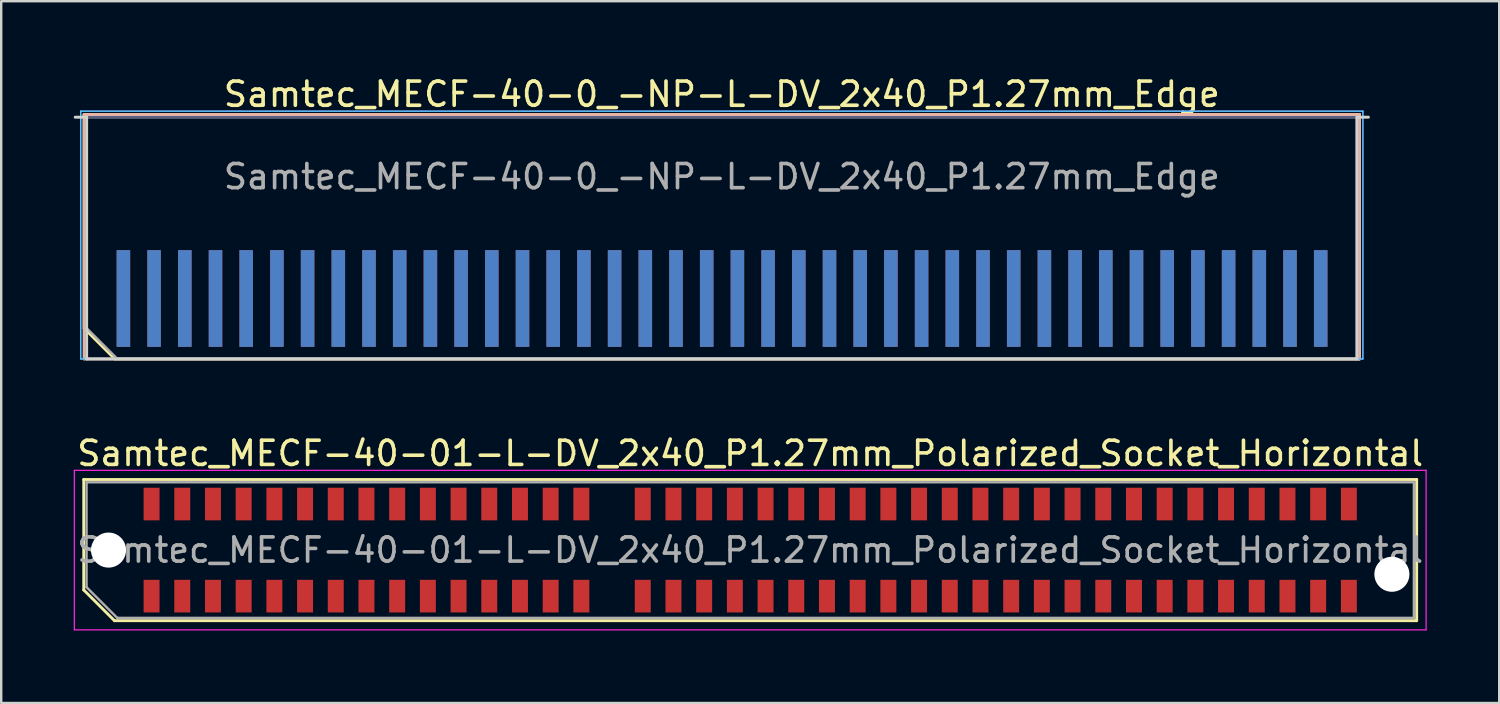
<source format=kicad_pcb>
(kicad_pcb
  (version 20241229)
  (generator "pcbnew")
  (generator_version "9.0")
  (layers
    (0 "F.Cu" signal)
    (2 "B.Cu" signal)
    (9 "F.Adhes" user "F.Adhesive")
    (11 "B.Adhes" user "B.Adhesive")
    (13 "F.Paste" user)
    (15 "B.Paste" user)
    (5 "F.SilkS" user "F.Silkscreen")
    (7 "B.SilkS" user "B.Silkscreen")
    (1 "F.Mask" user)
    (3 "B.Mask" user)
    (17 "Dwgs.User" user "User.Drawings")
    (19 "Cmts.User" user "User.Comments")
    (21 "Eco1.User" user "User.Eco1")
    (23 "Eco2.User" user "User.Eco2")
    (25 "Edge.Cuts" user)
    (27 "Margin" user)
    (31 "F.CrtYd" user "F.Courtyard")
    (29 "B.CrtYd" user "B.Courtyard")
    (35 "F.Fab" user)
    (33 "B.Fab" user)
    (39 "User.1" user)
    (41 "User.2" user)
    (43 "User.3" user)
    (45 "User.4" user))
  (footprint "Samtec_MECF-40-0_-NP-L-DV_2x40_P1.27mm_Edge"
    (layer "F.Cu")
    (at 26.81 6.798)
    (property "Reference" "Samtec_MECF-40-0_-NP-L-DV_2x40_P1.27mm_Edge" (at 0 -5.95 0) (layer "F.SilkS") (effects (font (size 1 1) (thickness 0.15))))
    (attr exclude_from_pos_files exclude_from_bom)
    (fp_line (start -26.38 -5.11) (end 26.38 -5.11) (stroke (width 0.12) (type solid)) (layer "F.SilkS"))
    (fp_line (start -26.38 3.73) (end -26.38 -5.11) (stroke (width 0.12) (type solid)) (layer "F.SilkS"))
    (fp_line (start -25.11 5) (end -26.38 3.73) (stroke (width 0.12) (type solid)) (layer "F.SilkS"))
    (fp_line (start -25.11 5) (end 26.38 5) (stroke (width 0.12) (type solid)) (layer "F.SilkS"))
    (fp_line (start 26.38 5) (end 26.38 -5.11) (stroke (width 0.12) (type solid)) (layer "F.SilkS"))
    (fp_line (start -26.38 -5.11) (end 26.38 -5.11) (stroke (width 0.12) (type solid)) (layer "B.SilkS"))
    (fp_line (start -26.38 5) (end -26.38 -5.11) (stroke (width 0.12) (type solid)) (layer "B.SilkS"))
    (fp_line (start -26.38 5) (end 26.38 5) (stroke (width 0.12) (type solid)) (layer "B.SilkS"))
    (fp_line (start 26.38 5) (end 26.38 -5.11) (stroke (width 0.12) (type solid)) (layer "B.SilkS"))
    (fp_line (start -26.75 -5) (end -26.275 -5) (stroke (width 0.12) (type solid)) (layer "Edge.Cuts"))
    (fp_line (start -26.275 5) (end -26.275 -5) (stroke (width 0.12) (type solid)) (layer "Edge.Cuts"))
    (fp_line (start -26.275 5) (end 26.275 5) (stroke (width 0.12) (type solid)) (layer "Edge.Cuts"))
    (fp_line (start 26.275 5) (end 26.275 -5) (stroke (width 0.12) (type solid)) (layer "Edge.Cuts"))
    (fp_line (start 26.75 -5) (end 26.275 -5) (stroke (width 0.12) (type solid)) (layer "Edge.Cuts"))
    (fp_line (start -26.52 -5.25) (end -26.52 5) (stroke (width 0.05) (type solid)) (layer "B.CrtYd"))
    (fp_line (start -26.52 5) (end 26.52 5) (stroke (width 0.05) (type solid)) (layer "B.CrtYd"))
    (fp_line (start 26.52 -5.25) (end -26.52 -5.25) (stroke (width 0.05) (type solid)) (layer "B.CrtYd"))
    (fp_line (start 26.52 5) (end 26.52 -5.25) (stroke (width 0.05) (type solid)) (layer "B.CrtYd"))
    (fp_line (start -26.52 -5.25) (end -26.52 5) (stroke (width 0.05) (type solid)) (layer "F.CrtYd"))
    (fp_line (start -26.52 5) (end 26.52 5) (stroke (width 0.05) (type solid)) (layer "F.CrtYd"))
    (fp_line (start 26.52 -5.25) (end -26.52 -5.25) (stroke (width 0.05) (type solid)) (layer "F.CrtYd"))
    (fp_line (start 26.52 5) (end 26.52 -5.25) (stroke (width 0.05) (type solid)) (layer "F.CrtYd"))
    (fp_line (start -26.275 -5) (end 26.275 -5) (stroke (width 0.1) (type solid)) (layer "B.Fab"))
    (fp_line (start -26.275 5) (end -26.275 -5) (stroke (width 0.1) (type solid)) (layer "B.Fab"))
    (fp_line (start -26.275 5) (end 26.275 5) (stroke (width 0.1) (type solid)) (layer "B.Fab"))
    (fp_line (start 26.275 5) (end 26.275 -5) (stroke (width 0.1) (type solid)) (layer "B.Fab"))
    (fp_line (start -26.275 -5) (end 26.275 -5) (stroke (width 0.1) (type solid)) (layer "F.Fab"))
    (fp_line (start -26.275 3.73) (end -26.275 -5) (stroke (width 0.1) (type solid)) (layer "F.Fab"))
    (fp_line (start -26.275 3.73) (end -25.005 5) (stroke (width 0.1) (type solid)) (layer "F.Fab"))
    (fp_line (start -25.005 5) (end 26.275 5) (stroke (width 0.1) (type solid)) (layer "F.Fab"))
    (fp_line (start 26.275 5) (end 26.275 -5) (stroke (width 0.1) (type solid)) (layer "F.Fab"))
    (fp_text user "${REFERENCE}" (at 0 -2.54 0) (layer "F.Fab") (effects (font (size 1 1) (thickness 0.15))))
    (pad "1" connect rect (at -24.755 2.5) (size 0.56 4) (layers "F.Cu" "F.Mask"))
    (pad "2" connect rect (at -24.755 2.5) (size 0.56 4) (layers "B.Cu" "B.Mask"))
    (pad "3" connect rect (at -23.485 2.5) (size 0.56 4) (layers "F.Cu" "F.Mask"))
    (pad "4" connect rect (at -23.485 2.5) (size 0.56 4) (layers "B.Cu" "B.Mask"))
    (pad "5" connect rect (at -22.215 2.5) (size 0.56 4) (layers "F.Cu" "F.Mask"))
    (pad "6" connect rect (at -22.215 2.5) (size 0.56 4) (layers "B.Cu" "B.Mask"))
    (pad "7" connect rect (at -20.945 2.5) (size 0.56 4) (layers "F.Cu" "F.Mask"))
    (pad "8" connect rect (at -20.945 2.5) (size 0.56 4) (layers "B.Cu" "B.Mask"))
    (pad "9" connect rect (at -19.675 2.5) (size 0.56 4) (layers "F.Cu" "F.Mask"))
    (pad "10" connect rect (at -19.675 2.5) (size 0.56 4) (layers "B.Cu" "B.Mask"))
    (pad "11" connect rect (at -18.405 2.5) (size 0.56 4) (layers "F.Cu" "F.Mask"))
    (pad "12" connect rect (at -18.405 2.5) (size 0.56 4) (layers "B.Cu" "B.Mask"))
    (pad "13" connect rect (at -17.135 2.5) (size 0.56 4) (layers "F.Cu" "F.Mask"))
    (pad "14" connect rect (at -17.135 2.5) (size 0.56 4) (layers "B.Cu" "B.Mask"))
    (pad "15" connect rect (at -15.865 2.5) (size 0.56 4) (layers "F.Cu" "F.Mask"))
    (pad "16" connect rect (at -15.865 2.5) (size 0.56 4) (layers "B.Cu" "B.Mask"))
    (pad "17" connect rect (at -14.595 2.5) (size 0.56 4) (layers "F.Cu" "F.Mask"))
    (pad "18" connect rect (at -14.595 2.5) (size 0.56 4) (layers "B.Cu" "B.Mask"))
    (pad "19" connect rect (at -13.325 2.5) (size 0.56 4) (layers "F.Cu" "F.Mask"))
    (pad "20" connect rect (at -13.325 2.5) (size 0.56 4) (layers "B.Cu" "B.Mask"))
    (pad "21" connect rect (at -12.055 2.5) (size 0.56 4) (layers "F.Cu" "F.Mask"))
    (pad "22" connect rect (at -12.055 2.5) (size 0.56 4) (layers "B.Cu" "B.Mask"))
    (pad "23" connect rect (at -10.785 2.5) (size 0.56 4) (layers "F.Cu" "F.Mask"))
    (pad "24" connect rect (at -10.785 2.5) (size 0.56 4) (layers "B.Cu" "B.Mask"))
    (pad "25" connect rect (at -9.515 2.5) (size 0.56 4) (layers "F.Cu" "F.Mask"))
    (pad "26" connect rect (at -9.515 2.5) (size 0.56 4) (layers "B.Cu" "B.Mask"))
    (pad "27" connect rect (at -8.245 2.5) (size 0.56 4) (layers "F.Cu" "F.Mask"))
    (pad "28" connect rect (at -8.245 2.5) (size 0.56 4) (layers "B.Cu" "B.Mask"))
    (pad "29" connect rect (at -6.975 2.5) (size 0.56 4) (layers "F.Cu" "F.Mask"))
    (pad "30" connect rect (at -6.975 2.5) (size 0.56 4) (layers "B.Cu" "B.Mask"))
    (pad "31" connect rect (at -5.705 2.5) (size 0.56 4) (layers "F.Cu" "F.Mask"))
    (pad "32" connect rect (at -5.705 2.5) (size 0.56 4) (layers "B.Cu" "B.Mask"))
    (pad "33" connect rect (at -4.435 2.5) (size 0.56 4) (layers "F.Cu" "F.Mask"))
    (pad "34" connect rect (at -4.435 2.5) (size 0.56 4) (layers "B.Cu" "B.Mask"))
    (pad "35" connect rect (at -3.165 2.5) (size 0.56 4) (layers "F.Cu" "F.Mask"))
    (pad "36" connect rect (at -3.165 2.5) (size 0.56 4) (layers "B.Cu" "B.Mask"))
    (pad "37" connect rect (at -1.895 2.5) (size 0.56 4) (layers "F.Cu" "F.Mask"))
    (pad "38" connect rect (at -1.895 2.5) (size 0.56 4) (layers "B.Cu" "B.Mask"))
    (pad "39" connect rect (at -0.625 2.5) (size 0.56 4) (layers "F.Cu" "F.Mask"))
    (pad "40" connect rect (at -0.625 2.5) (size 0.56 4) (layers "B.Cu" "B.Mask"))
    (pad "41" connect rect (at 0.645 2.5) (size 0.56 4) (layers "F.Cu" "F.Mask"))
    (pad "42" connect rect (at 0.645 2.5) (size 0.56 4) (layers "B.Cu" "B.Mask"))
    (pad "43" connect rect (at 1.915 2.5) (size 0.56 4) (layers "F.Cu" "F.Mask"))
    (pad "44" connect rect (at 1.915 2.5) (size 0.56 4) (layers "B.Cu" "B.Mask"))
    (pad "45" connect rect (at 3.185 2.5) (size 0.56 4) (layers "F.Cu" "F.Mask"))
    (pad "46" connect rect (at 3.185 2.5) (size 0.56 4) (layers "B.Cu" "B.Mask"))
    (pad "47" connect rect (at 4.455 2.5) (size 0.56 4) (layers "F.Cu" "F.Mask"))
    (pad "48" connect rect (at 4.455 2.5) (size 0.56 4) (layers "B.Cu" "B.Mask"))
    (pad "49" connect rect (at 5.725 2.5) (size 0.56 4) (layers "F.Cu" "F.Mask"))
    (pad "50" connect rect (at 5.725 2.5) (size 0.56 4) (layers "B.Cu" "B.Mask"))
    (pad "51" connect rect (at 6.995 2.5) (size 0.56 4) (layers "F.Cu" "F.Mask"))
    (pad "52" connect rect (at 6.995 2.5) (size 0.56 4) (layers "B.Cu" "B.Mask"))
    (pad "53" connect rect (at 8.265 2.5) (size 0.56 4) (layers "F.Cu" "F.Mask"))
    (pad "54" connect rect (at 8.265 2.5) (size 0.56 4) (layers "B.Cu" "B.Mask"))
    (pad "55" connect rect (at 9.535 2.5) (size 0.56 4) (layers "F.Cu" "F.Mask"))
    (pad "56" connect rect (at 9.535 2.5) (size 0.56 4) (layers "B.Cu" "B.Mask"))
    (pad "57" connect rect (at 10.805 2.5) (size 0.56 4) (layers "F.Cu" "F.Mask"))
    (pad "58" connect rect (at 10.805 2.5) (size 0.56 4) (layers "B.Cu" "B.Mask"))
    (pad "59" connect rect (at 12.075 2.5) (size 0.56 4) (layers "F.Cu" "F.Mask"))
    (pad "60" connect rect (at 12.075 2.5) (size 0.56 4) (layers "B.Cu" "B.Mask"))
    (pad "61" connect rect (at 13.345 2.5) (size 0.56 4) (layers "F.Cu" "F.Mask"))
    (pad "62" connect rect (at 13.345 2.5) (size 0.56 4) (layers "B.Cu" "B.Mask"))
    (pad "63" connect rect (at 14.615 2.5) (size 0.56 4) (layers "F.Cu" "F.Mask"))
    (pad "64" connect rect (at 14.615 2.5) (size 0.56 4) (layers "B.Cu" "B.Mask"))
    (pad "65" connect rect (at 15.885 2.5) (size 0.56 4) (layers "F.Cu" "F.Mask"))
    (pad "66" connect rect (at 15.885 2.5) (size 0.56 4) (layers "B.Cu" "B.Mask"))
    (pad "67" connect rect (at 17.155 2.5) (size 0.56 4) (layers "F.Cu" "F.Mask"))
    (pad "68" connect rect (at 17.155 2.5) (size 0.56 4) (layers "B.Cu" "B.Mask"))
    (pad "69" connect rect (at 18.425 2.5) (size 0.56 4) (layers "F.Cu" "F.Mask"))
    (pad "70" connect rect (at 18.425 2.5) (size 0.56 4) (layers "B.Cu" "B.Mask"))
    (pad "71" connect rect (at 19.695 2.5) (size 0.56 4) (layers "F.Cu" "F.Mask"))
    (pad "72" connect rect (at 19.695 2.5) (size 0.56 4) (layers "B.Cu" "B.Mask"))
    (pad "73" connect rect (at 20.965 2.5) (size 0.56 4) (layers "F.Cu" "F.Mask"))
    (pad "74" connect rect (at 20.965 2.5) (size 0.56 4) (layers "B.Cu" "B.Mask"))
    (pad "75" connect rect (at 22.235 2.5) (size 0.56 4) (layers "F.Cu" "F.Mask"))
    (pad "76" connect rect (at 22.235 2.5) (size 0.56 4) (layers "B.Cu" "B.Mask"))
    (pad "77" connect rect (at 23.505 2.5) (size 0.56 4) (layers "F.Cu" "F.Mask"))
    (pad "78" connect rect (at 23.505 2.5) (size 0.56 4) (layers "B.Cu" "B.Mask"))
    (pad "79" connect rect (at 24.775 2.5) (size 0.56 4) (layers "F.Cu" "F.Mask"))
    (pad "80" connect rect (at 24.775 2.5) (size 0.56 4) (layers "B.Cu" "B.Mask")))
  (footprint "Samtec_MECF-40-01-L-DV_2x40_P1.27mm_Polarized_Socket_Horizontal"
    (layer "F.Cu")
    (at 27.985 19.706)
    (property "Reference" "Samtec_MECF-40-01-L-DV_2x40_P1.27mm_Polarized_Socket_Horizontal" (at 0 -4 0) (layer "F.SilkS") (effects (font (size 1 1) (thickness 0.15))))
    (attr smd)
    (fp_line (start -27.57 -2.92) (end 27.57 -2.92) (stroke (width 0.12) (type solid)) (layer "F.SilkS"))
    (fp_line (start -27.57 1.65) (end -27.57 -2.92) (stroke (width 0.12) (type solid)) (layer "F.SilkS"))
    (fp_line (start -26.3 2.92) (end -27.57 1.65) (stroke (width 0.12) (type solid)) (layer "F.SilkS"))
    (fp_line (start -26.3 2.92) (end 27.57 2.92) (stroke (width 0.12) (type solid)) (layer "F.SilkS"))
    (fp_line (start 27.57 2.92) (end 27.57 -2.92) (stroke (width 0.12) (type solid)) (layer "F.SilkS"))
    (fp_line (start -27.96 -3.3) (end -27.96 3.3) (stroke (width 0.05) (type solid)) (layer "F.CrtYd"))
    (fp_line (start -27.96 3.3) (end 27.96 3.3) (stroke (width 0.05) (type solid)) (layer "F.CrtYd"))
    (fp_line (start 27.96 -3.3) (end -27.96 -3.3) (stroke (width 0.05) (type solid)) (layer "F.CrtYd"))
    (fp_line (start 27.96 3.3) (end 27.96 -3.3) (stroke (width 0.05) (type solid)) (layer "F.CrtYd"))
    (fp_line (start -27.455 -2.805) (end 27.455 -2.805) (stroke (width 0.1) (type solid)) (layer "F.Fab"))
    (fp_line (start -27.455 1.535) (end -27.455 -2.805) (stroke (width 0.1) (type solid)) (layer "F.Fab"))
    (fp_line (start -27.455 1.535) (end -26.185 2.805) (stroke (width 0.1) (type solid)) (layer "F.Fab"))
    (fp_line (start -26.185 2.805) (end 27.455 2.805) (stroke (width 0.1) (type solid)) (layer "F.Fab"))
    (fp_line (start 27.455 2.805) (end 27.455 -2.805) (stroke (width 0.1) (type solid)) (layer "F.Fab"))
    (fp_text user "${REFERENCE}" (at 0 0 0) (layer "F.Fab") (effects (font (size 1 1) (thickness 0.15))))
    (pad "" np_thru_hole circle (at -26.545 0) (size 1.45 1.45) (drill 1.45) (layers "*.Cu" "*.Mask"))
    (pad "" np_thru_hole circle (at 26.545 1) (size 1.45 1.45) (drill 1.45) (layers "*.Cu" "*.Mask"))
    (pad "1" smd rect (at -24.765 1.905) (size 0.66 1.35) (layers "F.Cu" "F.Mask" "F.Paste"))
    (pad "2" smd rect (at -24.765 -1.905) (size 0.66 1.35) (layers "F.Cu" "F.Mask" "F.Paste"))
    (pad "3" smd rect (at -23.495 1.905) (size 0.66 1.35) (layers "F.Cu" "F.Mask" "F.Paste"))
    (pad "4" smd rect (at -23.495 -1.905) (size 0.66 1.35) (layers "F.Cu" "F.Mask" "F.Paste"))
    (pad "5" smd rect (at -22.225 1.905) (size 0.66 1.35) (layers "F.Cu" "F.Mask" "F.Paste"))
    (pad "6" smd rect (at -22.225 -1.905) (size 0.66 1.35) (layers "F.Cu" "F.Mask" "F.Paste"))
    (pad "7" smd rect (at -20.955 1.905) (size 0.66 1.35) (layers "F.Cu" "F.Mask" "F.Paste"))
    (pad "8" smd rect (at -20.955 -1.905) (size 0.66 1.35) (layers "F.Cu" "F.Mask" "F.Paste"))
    (pad "9" smd rect (at -19.685 1.905) (size 0.66 1.35) (layers "F.Cu" "F.Mask" "F.Paste"))
    (pad "10" smd rect (at -19.685 -1.905) (size 0.66 1.35) (layers "F.Cu" "F.Mask" "F.Paste"))
    (pad "11" smd rect (at -18.415 1.905) (size 0.66 1.35) (layers "F.Cu" "F.Mask" "F.Paste"))
    (pad "12" smd rect (at -18.415 -1.905) (size 0.66 1.35) (layers "F.Cu" "F.Mask" "F.Paste"))
    (pad "13" smd rect (at -17.145 1.905) (size 0.66 1.35) (layers "F.Cu" "F.Mask" "F.Paste"))
    (pad "14" smd rect (at -17.145 -1.905) (size 0.66 1.35) (layers "F.Cu" "F.Mask" "F.Paste"))
    (pad "15" smd rect (at -15.875 1.905) (size 0.66 1.35) (layers "F.Cu" "F.Mask" "F.Paste"))
    (pad "16" smd rect (at -15.875 -1.905) (size 0.66 1.35) (layers "F.Cu" "F.Mask" "F.Paste"))
    (pad "17" smd rect (at -14.605 1.905) (size 0.66 1.35) (layers "F.Cu" "F.Mask" "F.Paste"))
    (pad "18" smd rect (at -14.605 -1.905) (size 0.66 1.35) (layers "F.Cu" "F.Mask" "F.Paste"))
    (pad "19" smd rect (at -13.335 1.905) (size 0.66 1.35) (layers "F.Cu" "F.Mask" "F.Paste"))
    (pad "20" smd rect (at -13.335 -1.905) (size 0.66 1.35) (layers "F.Cu" "F.Mask" "F.Paste"))
    (pad "21" smd rect (at -12.065 1.905) (size 0.66 1.35) (layers "F.Cu" "F.Mask" "F.Paste"))
    (pad "22" smd rect (at -12.065 -1.905) (size 0.66 1.35) (layers "F.Cu" "F.Mask" "F.Paste"))
    (pad "23" smd rect (at -10.795 1.905) (size 0.66 1.35) (layers "F.Cu" "F.Mask" "F.Paste"))
    (pad "24" smd rect (at -10.795 -1.905) (size 0.66 1.35) (layers "F.Cu" "F.Mask" "F.Paste"))
    (pad "25" smd rect (at -9.525 1.905) (size 0.66 1.35) (layers "F.Cu" "F.Mask" "F.Paste"))
    (pad "26" smd rect (at -9.525 -1.905) (size 0.66 1.35) (layers "F.Cu" "F.Mask" "F.Paste"))
    (pad "27" smd rect (at -8.255 1.905) (size 0.66 1.35) (layers "F.Cu" "F.Mask" "F.Paste"))
    (pad "28" smd rect (at -8.255 -1.905) (size 0.66 1.35) (layers "F.Cu" "F.Mask" "F.Paste"))
    (pad "29" smd rect (at -6.985 1.905) (size 0.66 1.35) (layers "F.Cu" "F.Mask" "F.Paste"))
    (pad "30" smd rect (at -6.985 -1.905) (size 0.66 1.35) (layers "F.Cu" "F.Mask" "F.Paste"))
    (pad "33" smd rect (at -4.445 1.905) (size 0.66 1.35) (layers "F.Cu" "F.Mask" "F.Paste"))
    (pad "34" smd rect (at -4.445 -1.905) (size 0.66 1.35) (layers "F.Cu" "F.Mask" "F.Paste"))
    (pad "35" smd rect (at -3.175 1.905) (size 0.66 1.35) (layers "F.Cu" "F.Mask" "F.Paste"))
    (pad "36" smd rect (at -3.175 -1.905) (size 0.66 1.35) (layers "F.Cu" "F.Mask" "F.Paste"))
    (pad "37" smd rect (at -1.905 1.905) (size 0.66 1.35) (layers "F.Cu" "F.Mask" "F.Paste"))
    (pad "38" smd rect (at -1.905 -1.905) (size 0.66 1.35) (layers "F.Cu" "F.Mask" "F.Paste"))
    (pad "39" smd rect (at -0.635 1.905) (size 0.66 1.35) (layers "F.Cu" "F.Mask" "F.Paste"))
    (pad "40" smd rect (at -0.635 -1.905) (size 0.66 1.35) (layers "F.Cu" "F.Mask" "F.Paste"))
    (pad "41" smd rect (at 0.635 1.905) (size 0.66 1.35) (layers "F.Cu" "F.Mask" "F.Paste"))
    (pad "42" smd rect (at 0.635 -1.905) (size 0.66 1.35) (layers "F.Cu" "F.Mask" "F.Paste"))
    (pad "43" smd rect (at 1.905 1.905) (size 0.66 1.35) (layers "F.Cu" "F.Mask" "F.Paste"))
    (pad "44" smd rect (at 1.905 -1.905) (size 0.66 1.35) (layers "F.Cu" "F.Mask" "F.Paste"))
    (pad "45" smd rect (at 3.175 1.905) (size 0.66 1.35) (layers "F.Cu" "F.Mask" "F.Paste"))
    (pad "46" smd rect (at 3.175 -1.905) (size 0.66 1.35) (layers "F.Cu" "F.Mask" "F.Paste"))
    (pad "47" smd rect (at 4.445 1.905) (size 0.66 1.35) (layers "F.Cu" "F.Mask" "F.Paste"))
    (pad "48" smd rect (at 4.445 -1.905) (size 0.66 1.35) (layers "F.Cu" "F.Mask" "F.Paste"))
    (pad "49" smd rect (at 5.715 1.905) (size 0.66 1.35) (layers "F.Cu" "F.Mask" "F.Paste"))
    (pad "50" smd rect (at 5.715 -1.905) (size 0.66 1.35) (layers "F.Cu" "F.Mask" "F.Paste"))
    (pad "51" smd rect (at 6.985 1.905) (size 0.66 1.35) (layers "F.Cu" "F.Mask" "F.Paste"))
    (pad "52" smd rect (at 6.985 -1.905) (size 0.66 1.35) (layers "F.Cu" "F.Mask" "F.Paste"))
    (pad "53" smd rect (at 8.255 1.905) (size 0.66 1.35) (layers "F.Cu" "F.Mask" "F.Paste"))
    (pad "54" smd rect (at 8.255 -1.905) (size 0.66 1.35) (layers "F.Cu" "F.Mask" "F.Paste"))
    (pad "55" smd rect (at 9.525 1.905) (size 0.66 1.35) (layers "F.Cu" "F.Mask" "F.Paste"))
    (pad "56" smd rect (at 9.525 -1.905) (size 0.66 1.35) (layers "F.Cu" "F.Mask" "F.Paste"))
    (pad "57" smd rect (at 10.795 1.905) (size 0.66 1.35) (layers "F.Cu" "F.Mask" "F.Paste"))
    (pad "58" smd rect (at 10.795 -1.905) (size 0.66 1.35) (layers "F.Cu" "F.Mask" "F.Paste"))
    (pad "59" smd rect (at 12.065 1.905) (size 0.66 1.35) (layers "F.Cu" "F.Mask" "F.Paste"))
    (pad "60" smd rect (at 12.065 -1.905) (size 0.66 1.35) (layers "F.Cu" "F.Mask" "F.Paste"))
    (pad "61" smd rect (at 13.335 1.905) (size 0.66 1.35) (layers "F.Cu" "F.Mask" "F.Paste"))
    (pad "62" smd rect (at 13.335 -1.905) (size 0.66 1.35) (layers "F.Cu" "F.Mask" "F.Paste"))
    (pad "63" smd rect (at 14.605 1.905) (size 0.66 1.35) (layers "F.Cu" "F.Mask" "F.Paste"))
    (pad "64" smd rect (at 14.605 -1.905) (size 0.66 1.35) (layers "F.Cu" "F.Mask" "F.Paste"))
    (pad "65" smd rect (at 15.875 1.905) (size 0.66 1.35) (layers "F.Cu" "F.Mask" "F.Paste"))
    (pad "66" smd rect (at 15.875 -1.905) (size 0.66 1.35) (layers "F.Cu" "F.Mask" "F.Paste"))
    (pad "67" smd rect (at 17.145 1.905) (size 0.66 1.35) (layers "F.Cu" "F.Mask" "F.Paste"))
    (pad "68" smd rect (at 17.145 -1.905) (size 0.66 1.35) (layers "F.Cu" "F.Mask" "F.Paste"))
    (pad "69" smd rect (at 18.415 1.905) (size 0.66 1.35) (layers "F.Cu" "F.Mask" "F.Paste"))
    (pad "70" smd rect (at 18.415 -1.905) (size 0.66 1.35) (layers "F.Cu" "F.Mask" "F.Paste"))
    (pad "71" smd rect (at 19.685 1.905) (size 0.66 1.35) (layers "F.Cu" "F.Mask" "F.Paste"))
    (pad "72" smd rect (at 19.685 -1.905) (size 0.66 1.35) (layers "F.Cu" "F.Mask" "F.Paste"))
    (pad "73" smd rect (at 20.955 1.905) (size 0.66 1.35) (layers "F.Cu" "F.Mask" "F.Paste"))
    (pad "74" smd rect (at 20.955 -1.905) (size 0.66 1.35) (layers "F.Cu" "F.Mask" "F.Paste"))
    (pad "75" smd rect (at 22.225 1.905) (size 0.66 1.35) (layers "F.Cu" "F.Mask" "F.Paste"))
    (pad "76" smd rect (at 22.225 -1.905) (size 0.66 1.35) (layers "F.Cu" "F.Mask" "F.Paste"))
    (pad "77" smd rect (at 23.495 1.905) (size 0.66 1.35) (layers "F.Cu" "F.Mask" "F.Paste"))
    (pad "78" smd rect (at 23.495 -1.905) (size 0.66 1.35) (layers "F.Cu" "F.Mask" "F.Paste"))
    (pad "79" smd rect (at 24.765 1.905) (size 0.66 1.35) (layers "F.Cu" "F.Mask" "F.Paste"))
    (pad "80" smd rect (at 24.765 -1.905) (size 0.66 1.35) (layers "F.Cu" "F.Mask" "F.Paste")))
  (gr_rect
    (start -3 -3)
    (end 58.97 26.032)
    (stroke (width 0.1) (type default))
    (fill no)
    (layer "Edge.Cuts")))
</source>
